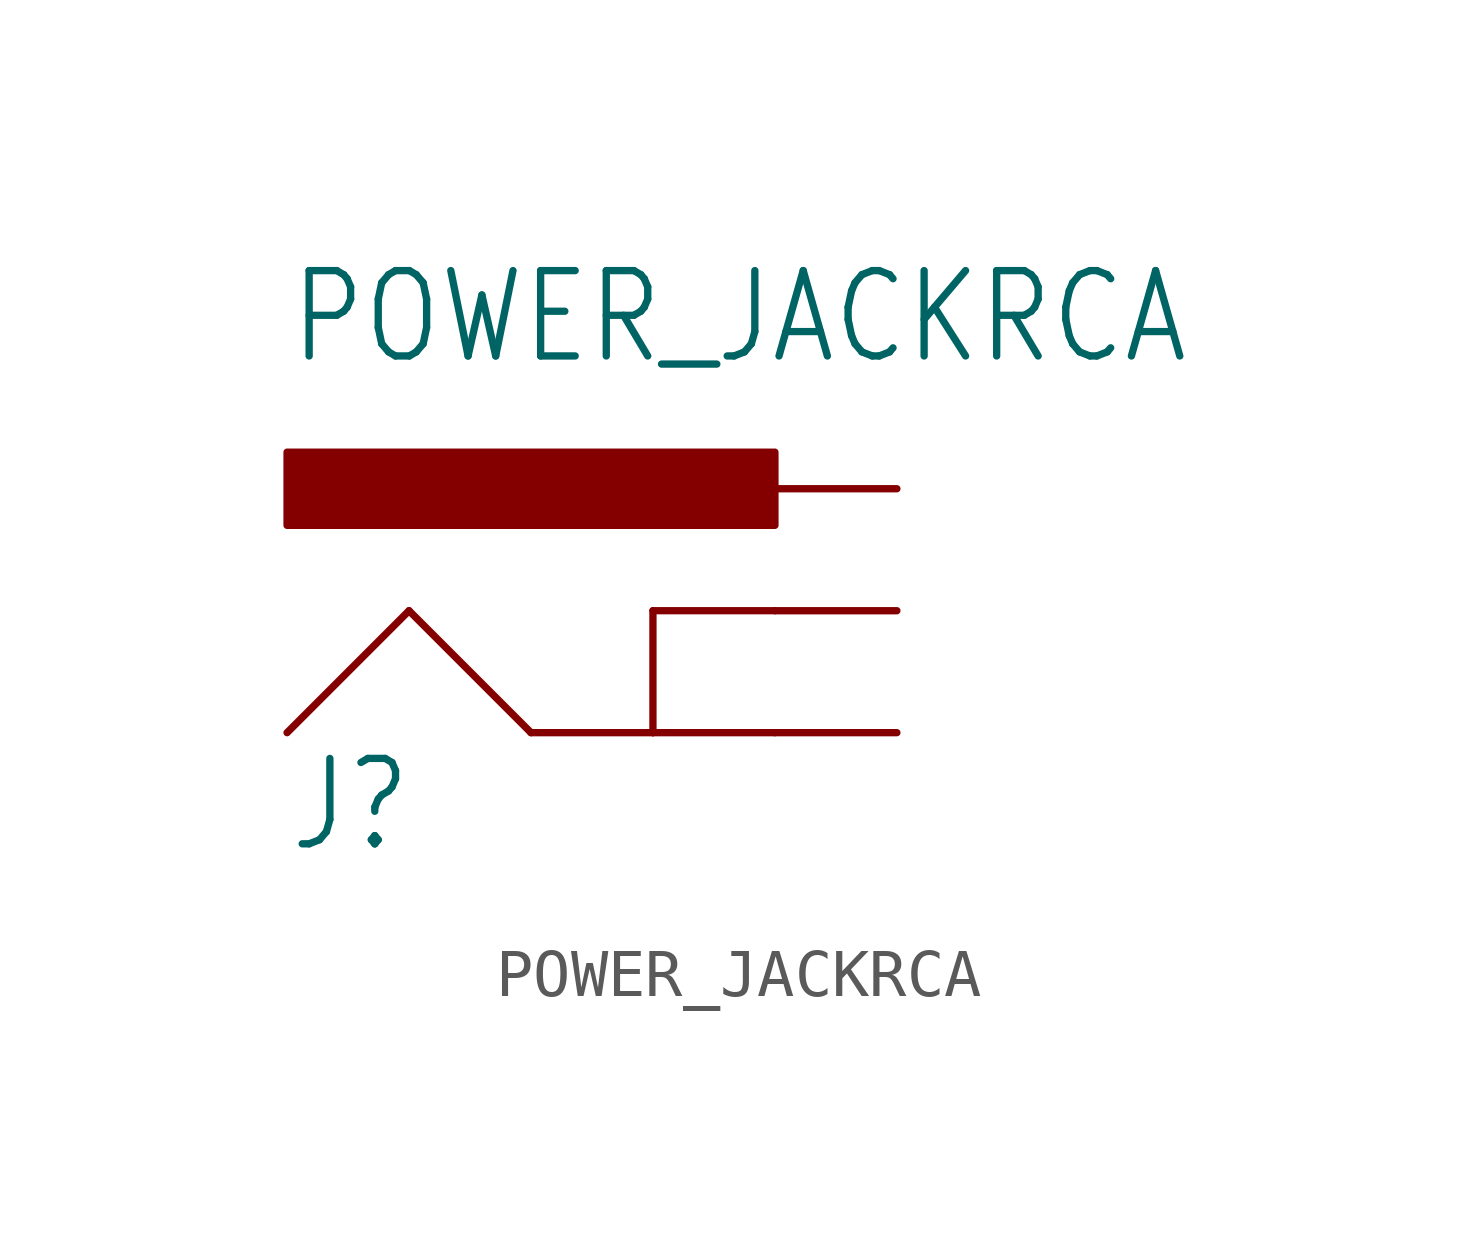
<source format=kicad_sym>
(kicad_symbol_lib
  (version 20201005)
  (generator kicad_symbol_editor)
  (symbol "POWER_JACKRCA"
    (property "Reference" "J"
      (at -10.16 0 0)
      (effects (font (size 1.778 1.511)) (justify left bottom)))
    (property "Value" "POWER_JACKRCA"
      (at -10.16 10.16 0)
      (effects (font (size 1.778 1.511)) (justify left bottom)))
    (property "ki_locked" ""
      (at 0 0 0)
      (effects (font (size 1.27 1.27))))
    (symbol "POWER_JACKRCA_1_0"
      (rectangle (start -10.16 6.858) (end 0 8.382) (stroke (width 0)) (fill (type outline)))
      (polyline (pts (xy -10.16 2.54) (xy -7.62 5.08)) (stroke (width 0.152)) (fill (type none)))
      (polyline (pts (xy -7.62 5.08) (xy -5.08 2.54)) (stroke (width 0.152)) (fill (type none)))
      (polyline (pts (xy -5.08 2.54) (xy -2.54 2.54)) (stroke (width 0.152)) (fill (type none)))
      (polyline (pts (xy -2.54 2.54) (xy 0 2.54)) (stroke (width 0.152)) (fill (type none)))
      (polyline (pts (xy -2.54 2.54) (xy -2.54 5.08)) (stroke (width 0.152)) (fill (type none)))
      (polyline (pts (xy -2.54 5.08) (xy 0 5.08)) (stroke (width 0.152)) (fill (type none)))
      (pin bidirectional line (at 2.54 5.08 180) (length 2.54) (name "GNDBREAK" (effects (font (size 0 0)))) (number "SPRING" (effects (font (size 0 0)))))
      (pin bidirectional line (at 2.54 2.54 180) (length 2.54) (name "GND" (effects (font (size 0 0)))) (number "BARREL" (effects (font (size 0 0)))))
      (pin bidirectional line (at 2.54 7.62 180) (length 2.54) (name "PWR" (effects (font (size 0 0)))) (number "BREAK" (effects (font (size 0 0))))))))
</source>
